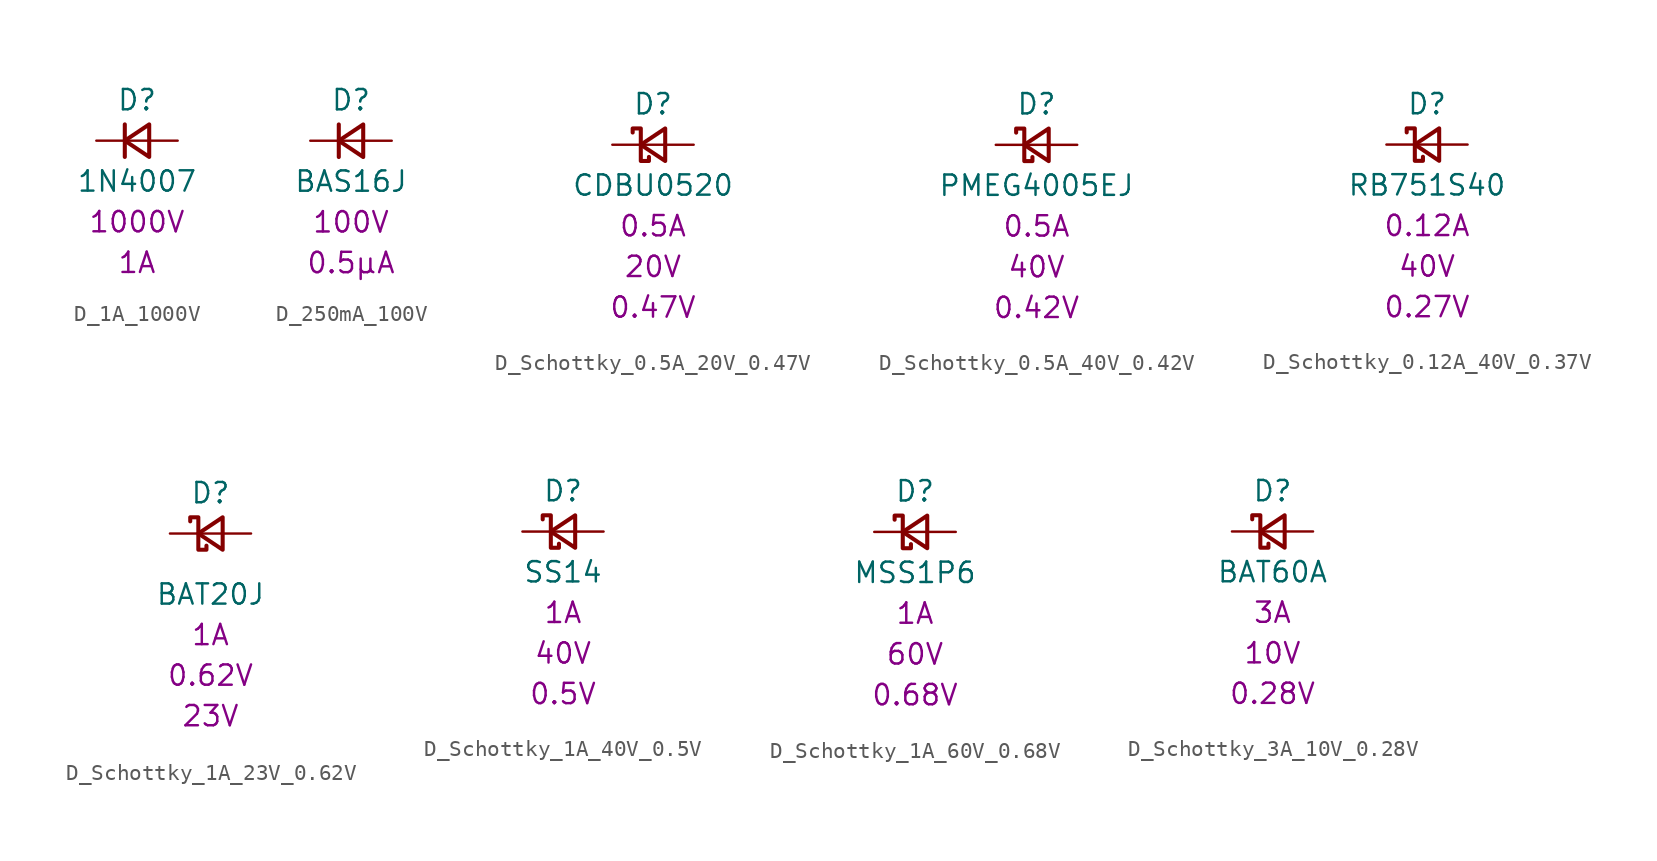
<source format=kicad_sym>
(kicad_symbol_lib
  (version 20241209)
  (generator "kicad_symbol_editor")
  (generator_version "9.0")
  (symbol "D_1A_1000V"
    (pin_numbers
      (hide yes))
    (pin_names
      (offset 1.016)
      (hide yes))
    (property "Reference" "D"
      (at 0 2.54 0)
      (effects (font (size 1.27 1.27))))
    (property "Value" "1N4007"
      (at 0 -2.54 0)
      (effects (font (size 1.27 1.27))))
    (property "VMax" "1000V"
      (at 0 -5.08 0)
      (effects (font (size 1.27 1.27))))
    (property "IMax" "1A"
      (at 0 -7.62 0)
      (effects (font (size 1.27 1.27))))
    (symbol "D_1A_1000V_0_1"
      (polyline (pts (xy -0.762 0) (xy 0.762 0)) (stroke (width 0) (type default)) (fill (type none)))
      (polyline (pts (xy -0.762 -1.016) (xy -0.762 1.016)) (stroke (width 0.254) (type default)) (fill (type none)))
      (polyline (pts (xy 0.762 -1.016) (xy -0.762 0) (xy 0.762 1.016) (xy 0.762 -1.016)) (stroke (width 0.254) (type default)) (fill (type none))))
    (symbol "D_1A_1000V_1_1"
      (pin passive line (at -2.54 0 0) (length 1.778) (name "K" (effects (font (size 1.27 1.27)))) (number "1" (effects (font (size 1.27 1.27)))))
      (pin passive line (at 2.54 0 180) (length 1.778) (name "A" (effects (font (size 1.27 1.27)))) (number "2" (effects (font (size 1.27 1.27)))))))
  (symbol "D_250mA_100V"
    (pin_numbers
      (hide yes))
    (pin_names
      (offset 1.016)
      (hide yes))
    (property "Reference" "D"
      (at 0 2.54 0)
      (effects (font (size 1.27 1.27))))
    (property "Value" "BAS16J"
      (at 0 -2.54 0)
      (effects (font (size 1.27 1.27))))
    (property "VMax" "100V"
      (at 0 -5.08 0)
      (effects (font (size 1.27 1.27))))
    (property "IRev" "0.5μA"
      (at 0 -7.62 0)
      (effects (font (size 1.27 1.27))))
    (symbol "D_250mA_100V_0_1"
      (polyline (pts (xy -0.762 0) (xy 0.762 0)) (stroke (width 0) (type default)) (fill (type none)))
      (polyline (pts (xy -0.762 -1.016) (xy -0.762 1.016)) (stroke (width 0.254) (type default)) (fill (type none)))
      (polyline (pts (xy 0.762 -1.016) (xy -0.762 0) (xy 0.762 1.016) (xy 0.762 -1.016)) (stroke (width 0.254) (type default)) (fill (type none))))
    (symbol "D_250mA_100V_1_1"
      (pin passive line (at -2.54 0 0) (length 1.778) (name "K" (effects (font (size 1.27 1.27)))) (number "1" (effects (font (size 1.27 1.27)))))
      (pin passive line (at 2.54 0 180) (length 1.778) (name "A" (effects (font (size 1.27 1.27)))) (number "2" (effects (font (size 1.27 1.27)))))))
  (symbol "D_Schottky_0.5A_20V_0.47V"
    (pin_numbers
      (hide yes))
    (pin_names
      (offset 1.016)
      (hide yes))
    (property "Reference" "D"
      (at 0 2.54 0)
      (effects (font (size 1.27 1.27))))
    (property "Value" "CDBU0520"
      (at 0 -2.54 0)
      (effects (font (size 1.27 1.27))))
    (property "IMax" "0.5A"
      (at 0 -5.08 0)
      (effects (font (size 1.27 1.27))))
    (property "VDrop" "0.47V"
      (at 0 -10.16 0)
      (effects (font (size 1.27 1.27))))
    (property "VMax" "20V"
      (at 0 -7.62 0)
      (effects (font (size 1.27 1.27))))
    (symbol "D_Schottky_0.5A_20V_0.47V_0_1"
      (polyline (pts (xy -1.27 0.762) (xy -1.27 1.016) (xy -0.762 1.016) (xy -0.762 -1.016) (xy -0.254 -1.016) (xy -0.254 -0.762)) (stroke (width 0.254) (type default)) (fill (type none)))
      (polyline (pts (xy -0.762 0) (xy 0.762 0)) (stroke (width 0) (type default)) (fill (type none)))
      (polyline (pts (xy 0.762 -1.016) (xy -0.762 0) (xy 0.762 1.016) (xy 0.762 -1.016)) (stroke (width 0.254) (type default)) (fill (type none))))
    (symbol "D_Schottky_0.5A_20V_0.47V_1_1"
      (pin passive line (at -2.54 0 0) (length 1.778) (name "K" (effects (font (size 1.27 1.27)))) (number "1" (effects (font (size 1.27 1.27)))))
      (pin passive line (at 2.54 0 180) (length 1.778) (name "A" (effects (font (size 1.27 1.27)))) (number "2" (effects (font (size 1.27 1.27)))))))
  (symbol "D_Schottky_0.5A_40V_0.42V"
    (pin_numbers
      (hide yes))
    (pin_names
      (offset 1.016)
      (hide yes))
    (property "Reference" "D"
      (at 0 2.54 0)
      (effects (font (size 1.27 1.27))))
    (property "Value" "PMEG4005EJ"
      (at 0 -2.54 0)
      (effects (font (size 1.27 1.27))))
    (property "IMax" "0.5A"
      (at 0 -5.08 0)
      (effects (font (size 1.27 1.27))))
    (property "VDrop" "0.42V"
      (at 0 -10.16 0)
      (effects (font (size 1.27 1.27))))
    (property "VMax" "40V"
      (at 0 -7.62 0)
      (effects (font (size 1.27 1.27))))
    (symbol "D_Schottky_0.5A_40V_0.42V_0_1"
      (polyline (pts (xy -1.27 0.762) (xy -1.27 1.016) (xy -0.762 1.016) (xy -0.762 -1.016) (xy -0.254 -1.016) (xy -0.254 -0.762)) (stroke (width 0.254) (type default)) (fill (type none)))
      (polyline (pts (xy -0.762 0) (xy 0.762 0)) (stroke (width 0) (type default)) (fill (type none)))
      (polyline (pts (xy 0.762 -1.016) (xy -0.762 0) (xy 0.762 1.016) (xy 0.762 -1.016)) (stroke (width 0.254) (type default)) (fill (type none))))
    (symbol "D_Schottky_0.5A_40V_0.42V_1_1"
      (pin passive line (at -2.54 0 0) (length 1.778) (name "K" (effects (font (size 1.27 1.27)))) (number "1" (effects (font (size 1.27 1.27)))))
      (pin passive line (at 2.54 0 180) (length 1.778) (name "A" (effects (font (size 1.27 1.27)))) (number "2" (effects (font (size 1.27 1.27)))))))
  (symbol "D_Schottky_0.12A_40V_0.37V"
    (pin_numbers
      (hide yes))
    (pin_names
      (offset 1.016)
      (hide yes))
    (property "Reference" "D"
      (at 0 2.54 0)
      (effects (font (size 1.27 1.27))))
    (property "Value" "RB751S40"
      (at 0 -2.54 0)
      (effects (font (size 1.27 1.27))))
    (property "IMax" "0.12A"
      (at 0 -5.08 0)
      (effects (font (size 1.27 1.27))))
    (property "VDrop" "0.27V"
      (at 0 -10.16 0)
      (effects (font (size 1.27 1.27))))
    (property "VMax" "40V"
      (at 0 -7.62 0)
      (effects (font (size 1.27 1.27))))
    (symbol "D_Schottky_0.12A_40V_0.37V_0_1"
      (polyline (pts (xy -1.27 0.762) (xy -1.27 1.016) (xy -0.762 1.016) (xy -0.762 -1.016) (xy -0.254 -1.016) (xy -0.254 -0.762)) (stroke (width 0.254) (type default)) (fill (type none)))
      (polyline (pts (xy -0.762 0) (xy 0.762 0)) (stroke (width 0) (type default)) (fill (type none)))
      (polyline (pts (xy 0.762 -1.016) (xy -0.762 0) (xy 0.762 1.016) (xy 0.762 -1.016)) (stroke (width 0.254) (type default)) (fill (type none))))
    (symbol "D_Schottky_0.12A_40V_0.37V_1_1"
      (pin passive line (at -2.54 0 0) (length 1.778) (name "K" (effects (font (size 1.27 1.27)))) (number "1" (effects (font (size 1.27 1.27)))))
      (pin passive line (at 2.54 0 180) (length 1.778) (name "A" (effects (font (size 1.27 1.27)))) (number "2" (effects (font (size 1.27 1.27)))))))
  (symbol "D_Schottky_1A_23V_0.62V"
    (pin_numbers
      (hide yes))
    (pin_names
      (offset 1.016)
      (hide yes))
    (property "Reference" "D"
      (at 0 2.54 0)
      (effects (font (size 1.27 1.27))))
    (property "Value" "BAT20J"
      (at 0 -3.81 0)
      (effects (font (size 1.27 1.27))))
    (property "IMax" "1A"
      (at 0 -6.35 0)
      (effects (font (size 1.27 1.27))))
    (property "VForward" "0.62V"
      (at 0 -8.89 0)
      (effects (font (size 1.27 1.27))))
    (property "VReverse" "23V"
      (at 0 -11.43 0)
      (effects (font (size 1.27 1.27))))
    (symbol "D_Schottky_1A_23V_0.62V_0_1"
      (polyline (pts (xy -1.27 0.762) (xy -1.27 1.016) (xy -0.762 1.016) (xy -0.762 -1.016) (xy -0.254 -1.016) (xy -0.254 -0.762)) (stroke (width 0.254) (type default)) (fill (type none)))
      (polyline (pts (xy -0.762 0) (xy 0.762 0)) (stroke (width 0) (type default)) (fill (type none)))
      (polyline (pts (xy 0.762 -1.016) (xy -0.762 0) (xy 0.762 1.016) (xy 0.762 -1.016)) (stroke (width 0.254) (type default)) (fill (type none))))
    (symbol "D_Schottky_1A_23V_0.62V_1_1"
      (pin passive line (at -2.54 0 0) (length 1.778) (name "K" (effects (font (size 1.27 1.27)))) (number "1" (effects (font (size 1.27 1.27)))))
      (pin passive line (at 2.54 0 180) (length 1.778) (name "A" (effects (font (size 1.27 1.27)))) (number "2" (effects (font (size 1.27 1.27)))))))
  (symbol "D_Schottky_1A_40V_0.5V"
    (pin_numbers
      (hide yes))
    (pin_names
      (offset 1.016)
      (hide yes))
    (property "Reference" "D"
      (at 0 2.54 0)
      (effects (font (size 1.27 1.27))))
    (property "Value" "SS14"
      (at 0 -2.54 0)
      (effects (font (size 1.27 1.27))))
    (property "IMax" "1A"
      (at 0 -5.08 0)
      (effects (font (size 1.27 1.27))))
    (property "VDrop" "0.5V"
      (at 0 -10.16 0)
      (effects (font (size 1.27 1.27))))
    (property "VMax" "40V"
      (at 0 -7.62 0)
      (effects (font (size 1.27 1.27))))
    (symbol "D_Schottky_1A_40V_0.5V_0_1"
      (polyline (pts (xy -1.27 0.762) (xy -1.27 1.016) (xy -0.762 1.016) (xy -0.762 -1.016) (xy -0.254 -1.016) (xy -0.254 -0.762)) (stroke (width 0.254) (type default)) (fill (type none)))
      (polyline (pts (xy -0.762 0) (xy 0.762 0)) (stroke (width 0) (type default)) (fill (type none)))
      (polyline (pts (xy 0.762 -1.016) (xy -0.762 0) (xy 0.762 1.016) (xy 0.762 -1.016)) (stroke (width 0.254) (type default)) (fill (type none))))
    (symbol "D_Schottky_1A_40V_0.5V_1_1"
      (pin passive line (at -2.54 0 0) (length 1.778) (name "K" (effects (font (size 1.27 1.27)))) (number "1" (effects (font (size 1.27 1.27)))))
      (pin passive line (at 2.54 0 180) (length 1.778) (name "A" (effects (font (size 1.27 1.27)))) (number "2" (effects (font (size 1.27 1.27)))))))
  (symbol "D_Schottky_1A_60V_0.68V"
    (pin_numbers
      (hide yes))
    (pin_names
      (offset 1.016)
      (hide yes))
    (property "Reference" "D"
      (at 0 2.54 0)
      (effects (font (size 1.27 1.27))))
    (property "Value" "MSS1P6"
      (at 0 -2.54 0)
      (effects (font (size 1.27 1.27))))
    (property "IMax" "1A"
      (at 0 -5.08 0)
      (effects (font (size 1.27 1.27))))
    (property "VDrop" "0.68V"
      (at 0 -10.16 0)
      (effects (font (size 1.27 1.27))))
    (property "VMax" "60V"
      (at 0 -7.62 0)
      (effects (font (size 1.27 1.27))))
    (symbol "D_Schottky_1A_60V_0.68V_0_1"
      (polyline (pts (xy -1.27 0.762) (xy -1.27 1.016) (xy -0.762 1.016) (xy -0.762 -1.016) (xy -0.254 -1.016) (xy -0.254 -0.762)) (stroke (width 0.254) (type default)) (fill (type none)))
      (polyline (pts (xy -0.762 0) (xy 0.762 0)) (stroke (width 0) (type default)) (fill (type none)))
      (polyline (pts (xy 0.762 -1.016) (xy -0.762 0) (xy 0.762 1.016) (xy 0.762 -1.016)) (stroke (width 0.254) (type default)) (fill (type none))))
    (symbol "D_Schottky_1A_60V_0.68V_1_1"
      (pin passive line (at -2.54 0 0) (length 1.778) (name "K" (effects (font (size 1.27 1.27)))) (number "1" (effects (font (size 1.27 1.27)))))
      (pin passive line (at 2.54 0 180) (length 1.778) (name "A" (effects (font (size 1.27 1.27)))) (number "2" (effects (font (size 1.27 1.27)))))))
  (symbol "D_Schottky_3A_10V_0.28V"
    (pin_numbers
      (hide yes))
    (pin_names
      (offset 1.016)
      (hide yes))
    (property "Reference" "D"
      (at 0 2.54 0)
      (effects (font (size 1.27 1.27))))
    (property "Value" "BAT60A"
      (at 0 -2.54 0)
      (effects (font (size 1.27 1.27))))
    (property "IMax" "3A"
      (at 0 -5.08 0)
      (effects (font (size 1.27 1.27))))
    (property "VDrop" "0.28V"
      (at 0 -10.16 0)
      (effects (font (size 1.27 1.27))))
    (property "VMax" "10V"
      (at 0 -7.62 0)
      (effects (font (size 1.27 1.27))))
    (symbol "D_Schottky_3A_10V_0.28V_0_1"
      (polyline (pts (xy -1.27 0.762) (xy -1.27 1.016) (xy -0.762 1.016) (xy -0.762 -1.016) (xy -0.254 -1.016) (xy -0.254 -0.762)) (stroke (width 0.254) (type default)) (fill (type none)))
      (polyline (pts (xy -0.762 0) (xy 0.762 0)) (stroke (width 0) (type default)) (fill (type none)))
      (polyline (pts (xy 0.762 -1.016) (xy -0.762 0) (xy 0.762 1.016) (xy 0.762 -1.016)) (stroke (width 0.254) (type default)) (fill (type none))))
    (symbol "D_Schottky_3A_10V_0.28V_1_1"
      (pin passive line (at -2.54 0 0) (length 1.778) (name "K" (effects (font (size 1.27 1.27)))) (number "1" (effects (font (size 1.27 1.27)))))
      (pin passive line (at 2.54 0 180) (length 1.778) (name "A" (effects (font (size 1.27 1.27)))) (number "2" (effects (font (size 1.27 1.27))))))))
</source>
